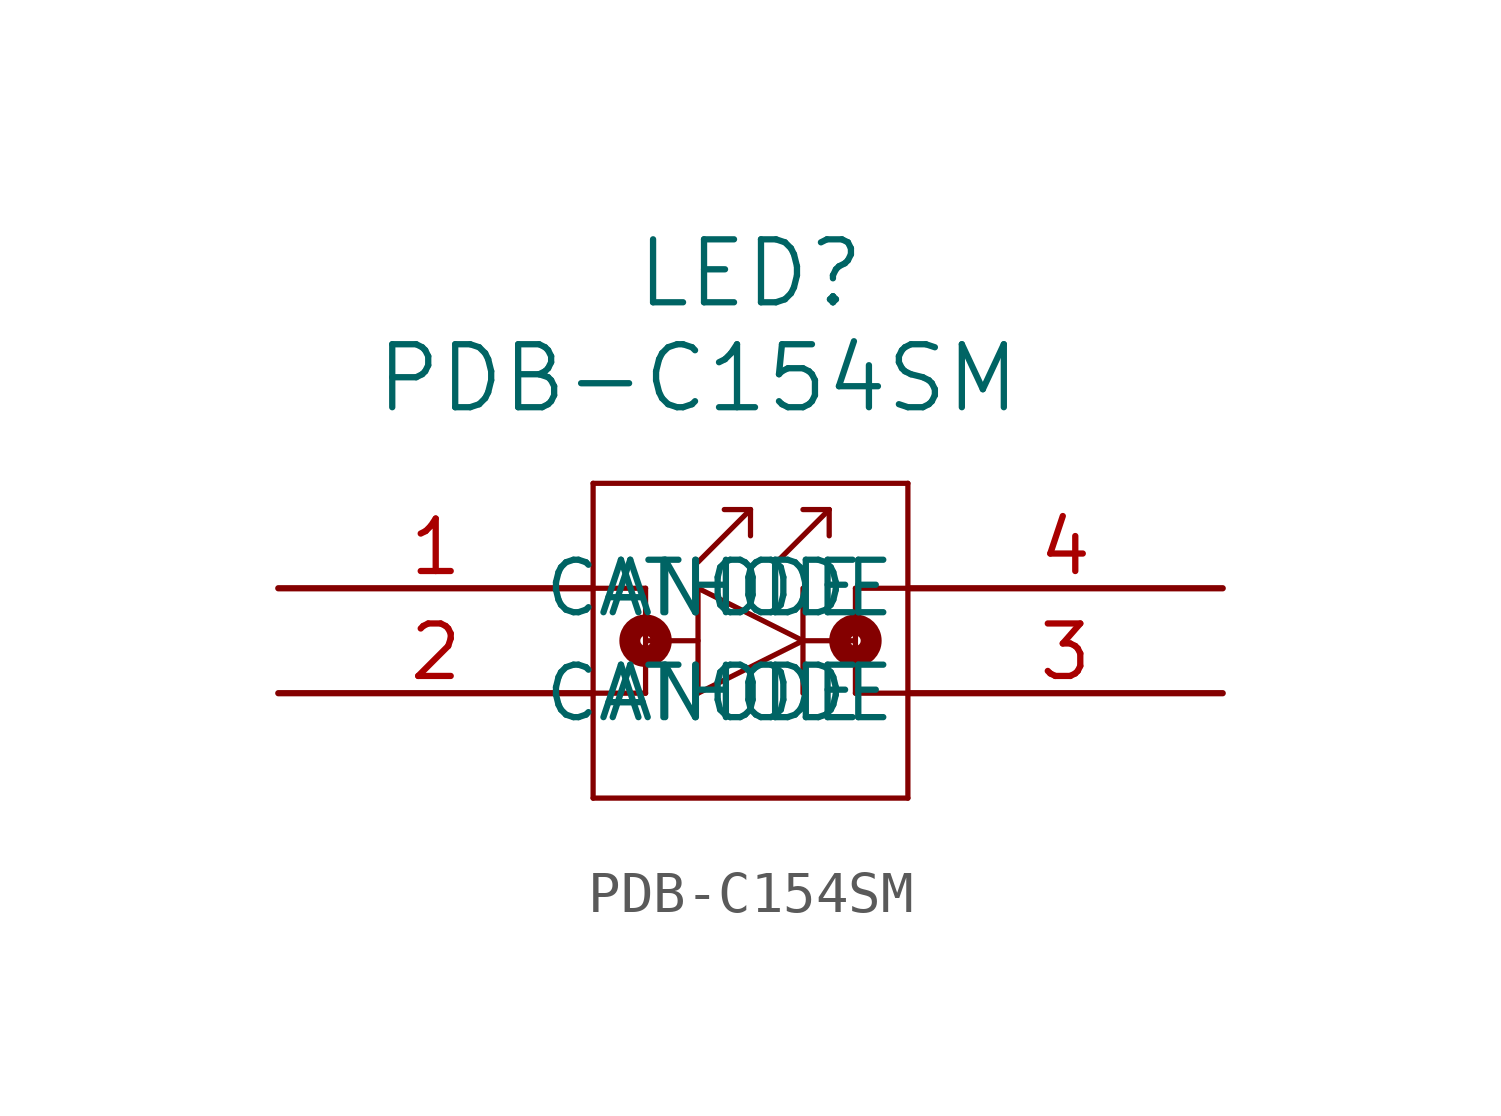
<source format=kicad_sym>
(kicad_symbol_lib
  (version 20211014)
  (generator kicad_symbol_editor)
  (symbol "PDB-C154SM"
    (pin_names
      (offset 0.254))
    (property "Reference" "LED"
      (at 11.43 7.62 0)
      (effects (font (size 1.524 1.524))))
    (property "Value" "PDB-C154SM"
      (at 10.16 5.08 0)
      (effects (font (size 1.524 1.524))))
    (symbol "PDB-C154SM_0_1"
      (polyline (pts (xy 7.62 2.54) (xy 7.62 -5.08)) (stroke (width 0.127) (type default) (color 0 0 0 0)) (fill (type none)))
      (polyline (pts (xy 7.62 -5.08) (xy 15.24 -5.08)) (stroke (width 0.127) (type default) (color 0 0 0 0)) (fill (type none)))
      (polyline (pts (xy 15.24 -5.08) (xy 15.24 2.54)) (stroke (width 0.127) (type default) (color 0 0 0 0)) (fill (type none)))
      (polyline (pts (xy 15.24 2.54) (xy 7.62 2.54)) (stroke (width 0.127) (type default) (color 0 0 0 0)) (fill (type none)))
      (polyline (pts (xy 7.62 0) (xy 8.89 0)) (stroke (width 0.127) (type default) (color 0 0 0 0)) (fill (type none)))
      (polyline (pts (xy 8.89 0) (xy 8.89 -2.54)) (stroke (width 0.127) (type default) (color 0 0 0 0)) (fill (type none)))
      (polyline (pts (xy 8.89 -2.54) (xy 7.62 -2.54)) (stroke (width 0.127) (type default) (color 0 0 0 0)) (fill (type none)))
      (polyline (pts (xy 8.89 -1.27) (xy 10.16 -1.27)) (stroke (width 0.127) (type default) (color 0 0 0 0)) (fill (type none)))
      (polyline (pts (xy 10.16 0) (xy 10.16 -2.54)) (stroke (width 0.127) (type default) (color 0 0 0 0)) (fill (type none)))
      (polyline (pts (xy 10.16 -2.54) (xy 12.7 -1.27)) (stroke (width 0.127) (type default) (color 0 0 0 0)) (fill (type none)))
      (polyline (pts (xy 12.7 -1.27) (xy 10.16 0)) (stroke (width 0.127) (type default) (color 0 0 0 0)) (fill (type none)))
      (polyline (pts (xy 12.7 0) (xy 12.7 -2.54)) (stroke (width 0.127) (type default) (color 0 0 0 0)) (fill (type none)))
      (polyline (pts (xy 10.16 0.635) (xy 11.43 1.905)) (stroke (width 0.127) (type default) (color 0 0 0 0)) (fill (type none)))
      (polyline (pts (xy 11.43 1.905) (xy 10.795 1.905)) (stroke (width 0.127) (type default) (color 0 0 0 0)) (fill (type none)))
      (polyline (pts (xy 11.43 1.905) (xy 11.43 1.27)) (stroke (width 0.127) (type default) (color 0 0 0 0)) (fill (type none)))
      (polyline (pts (xy 12.065 0.635) (xy 13.335 1.905)) (stroke (width 0.127) (type default) (color 0 0 0 0)) (fill (type none)))
      (polyline (pts (xy 13.335 1.905) (xy 12.7 1.905)) (stroke (width 0.127) (type default) (color 0 0 0 0)) (fill (type none)))
      (polyline (pts (xy 13.335 1.905) (xy 13.335 1.27)) (stroke (width 0.127) (type default) (color 0 0 0 0)) (fill (type none)))
      (polyline (pts (xy 12.7 -1.27) (xy 13.97 -1.27)) (stroke (width 0.127) (type default) (color 0 0 0 0)) (fill (type none)))
      (polyline (pts (xy 13.97 0) (xy 13.97 -2.54)) (stroke (width 0.127) (type default) (color 0 0 0 0)) (fill (type none)))
      (polyline (pts (xy 13.97 -2.54) (xy 15.24 -2.54)) (stroke (width 0.127) (type default) (color 0 0 0 0)) (fill (type none)))
      (polyline (pts (xy 15.24 0) (xy 13.97 0)) (stroke (width 0.127) (type default) (color 0 0 0 0)) (fill (type none)))
      (circle (center 8.89 -1.27) (radius 0.127) (stroke (width 0.508) (type default) (color 0 0 0 0)) (fill (type none)))
      (circle (center 13.97 -1.27) (radius 0.127) (stroke (width 0.508) (type default) (color 0 0 0 0)) (fill (type none)))
      (pin unspecified line (at 0 0 0) (length 7.62) (name "ANODE" (effects (font (size 1.27 1.27)))) (number "1" (effects (font (size 1.27 1.27)))))
      (pin unspecified line (at 0 -2.54 0) (length 7.62) (name "ANODE" (effects (font (size 1.27 1.27)))) (number "2" (effects (font (size 1.27 1.27)))))
      (pin unspecified line (at 22.86 -2.54 180) (length 7.62) (name "CATHODE" (effects (font (size 1.27 1.27)))) (number "3" (effects (font (size 1.27 1.27)))))
      (pin unspecified line (at 22.86 0 180) (length 7.62) (name "CATHODE" (effects (font (size 1.27 1.27)))) (number "4" (effects (font (size 1.27 1.27))))))))
</source>
